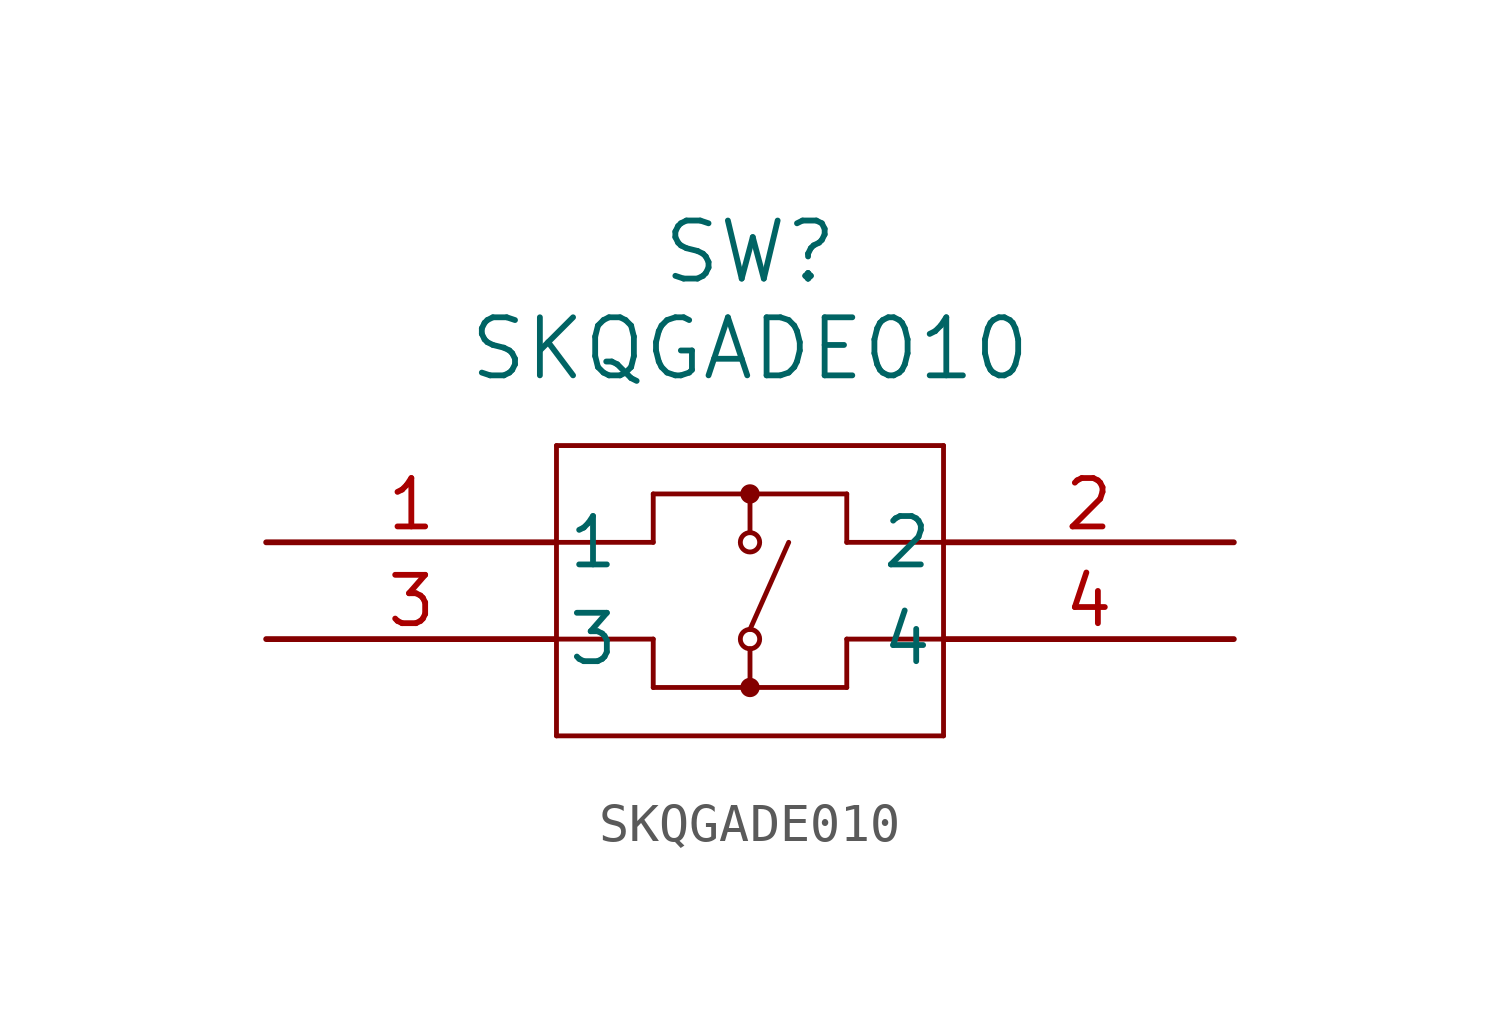
<source format=kicad_sym>
(kicad_symbol_lib
  (version 20211014)
  (generator kicad_symbol_editor)
  (symbol "SKQGADE010"
    (pin_names
      (offset 0.254))
    (property "Reference" "SW"
      (at 12.7 7.62 0)
      (effects (font (size 1.524 1.524))))
    (property "Value" "SKQGADE010"
      (at 12.7 5.08 0)
      (effects (font (size 1.524 1.524))))
    (symbol "SKQGADE010_0_1"
      (polyline (pts (xy 7.62 2.54) (xy 7.62 -5.08)) (stroke (width 0.127) (type default) (color 0 0 0 0)) (fill (type none)))
      (polyline (pts (xy 7.62 -5.08) (xy 17.78 -5.08)) (stroke (width 0.127) (type default) (color 0 0 0 0)) (fill (type none)))
      (polyline (pts (xy 17.78 -5.08) (xy 17.78 2.54)) (stroke (width 0.127) (type default) (color 0 0 0 0)) (fill (type none)))
      (polyline (pts (xy 17.78 2.54) (xy 7.62 2.54)) (stroke (width 0.127) (type default) (color 0 0 0 0)) (fill (type none)))
      (polyline (pts (xy 7.62 0) (xy 10.16 0)) (stroke (width 0.127) (type default) (color 0 0 0 0)) (fill (type none)))
      (polyline (pts (xy 10.16 0) (xy 10.16 1.27)) (stroke (width 0.127) (type default) (color 0 0 0 0)) (fill (type none)))
      (polyline (pts (xy 10.16 1.27) (xy 15.24 1.27)) (stroke (width 0.127) (type default) (color 0 0 0 0)) (fill (type none)))
      (polyline (pts (xy 15.24 1.27) (xy 15.24 0)) (stroke (width 0.127) (type default) (color 0 0 0 0)) (fill (type none)))
      (polyline (pts (xy 15.24 0) (xy 17.78 0)) (stroke (width 0.127) (type default) (color 0 0 0 0)) (fill (type none)))
      (polyline (pts (xy 17.78 -2.54) (xy 15.24 -2.54)) (stroke (width 0.127) (type default) (color 0 0 0 0)) (fill (type none)))
      (polyline (pts (xy 15.24 -2.54) (xy 15.24 -3.81)) (stroke (width 0.127) (type default) (color 0 0 0 0)) (fill (type none)))
      (polyline (pts (xy 15.24 -3.81) (xy 10.16 -3.81)) (stroke (width 0.127) (type default) (color 0 0 0 0)) (fill (type none)))
      (polyline (pts (xy 10.16 -3.81) (xy 10.16 -2.54)) (stroke (width 0.127) (type default) (color 0 0 0 0)) (fill (type none)))
      (polyline (pts (xy 10.16 -2.54) (xy 7.62 -2.54)) (stroke (width 0.127) (type default) (color 0 0 0 0)) (fill (type none)))
      (polyline (pts (xy 12.7 1.27) (xy 12.7 0.254)) (stroke (width 0.127) (type default) (color 0 0 0 0)) (fill (type none)))
      (polyline (pts (xy 12.7 -2.794) (xy 12.7 -3.81)) (stroke (width 0.127) (type default) (color 0 0 0 0)) (fill (type none)))
      (circle (center 12.7 0) (radius 0.254) (stroke (width 0.127) (type default) (color 0 0 0 0)) (fill (type none)))
      (circle (center 12.7 -2.54) (radius 0.254) (stroke (width 0.127) (type default) (color 0 0 0 0)) (fill (type none)))
      (polyline (pts (xy 13.716 0) (xy 12.7 -2.286)) (stroke (width 0.127) (type default) (color 0 0 0 0)) (fill (type none)))
      (circle (center 12.7 1.27) (radius 0.127) (stroke (width 0.254) (type default) (color 0 0 0 0)) (fill (type none)))
      (circle (center 12.7 -3.81) (radius 0.127) (stroke (width 0.254) (type default) (color 0 0 0 0)) (fill (type none)))
      (pin unspecified line (at 0 0 0) (length 7.62) (name "1" (effects (font (size 1.27 1.27)))) (number "1" (effects (font (size 1.27 1.27)))))
      (pin unspecified line (at 25.4 0 180) (length 7.62) (name "2" (effects (font (size 1.27 1.27)))) (number "2" (effects (font (size 1.27 1.27)))))
      (pin unspecified line (at 0 -2.54 0) (length 7.62) (name "3" (effects (font (size 1.27 1.27)))) (number "3" (effects (font (size 1.27 1.27)))))
      (pin unspecified line (at 25.4 -2.54 180) (length 7.62) (name "4" (effects (font (size 1.27 1.27)))) (number "4" (effects (font (size 1.27 1.27))))))))
</source>
